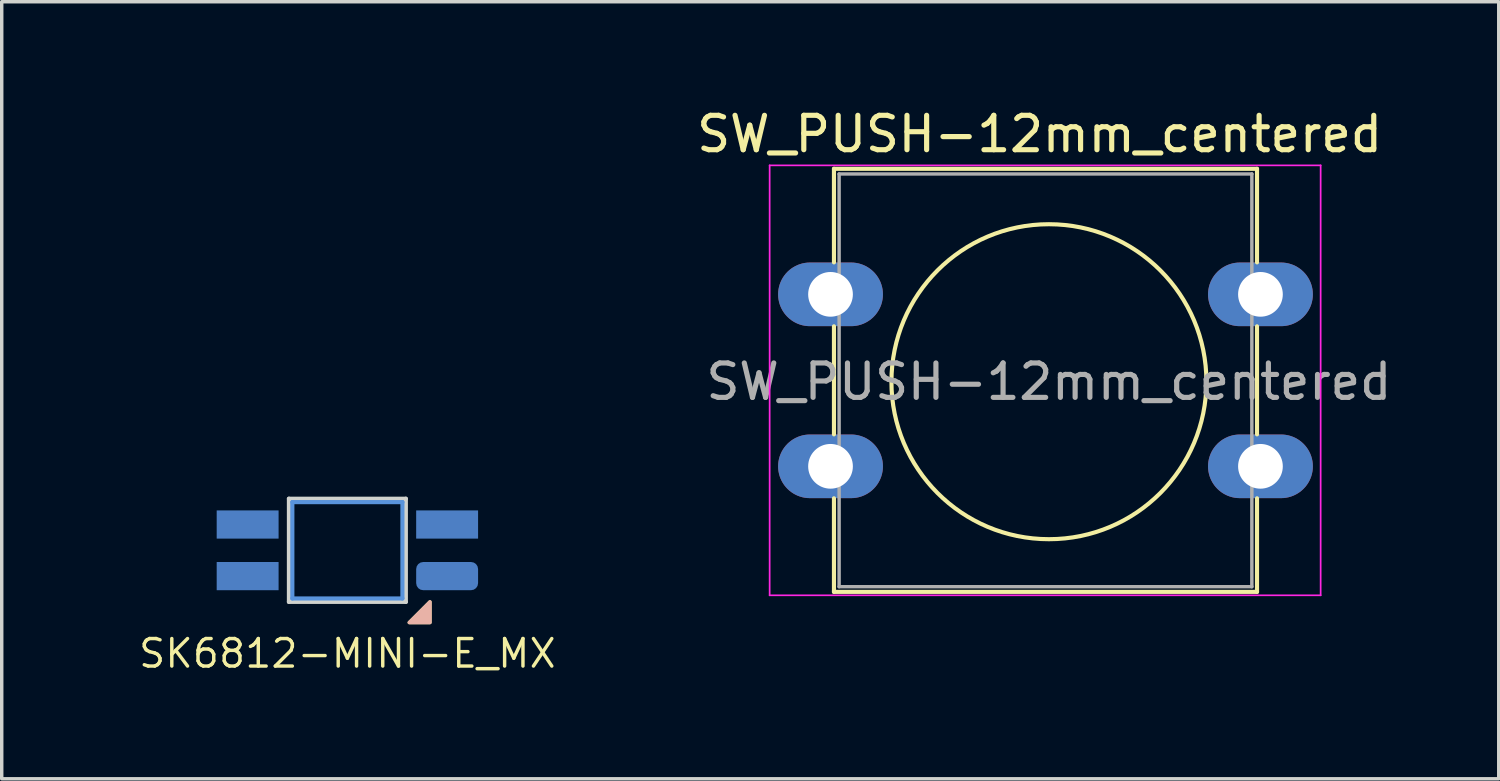
<source format=kicad_pcb>
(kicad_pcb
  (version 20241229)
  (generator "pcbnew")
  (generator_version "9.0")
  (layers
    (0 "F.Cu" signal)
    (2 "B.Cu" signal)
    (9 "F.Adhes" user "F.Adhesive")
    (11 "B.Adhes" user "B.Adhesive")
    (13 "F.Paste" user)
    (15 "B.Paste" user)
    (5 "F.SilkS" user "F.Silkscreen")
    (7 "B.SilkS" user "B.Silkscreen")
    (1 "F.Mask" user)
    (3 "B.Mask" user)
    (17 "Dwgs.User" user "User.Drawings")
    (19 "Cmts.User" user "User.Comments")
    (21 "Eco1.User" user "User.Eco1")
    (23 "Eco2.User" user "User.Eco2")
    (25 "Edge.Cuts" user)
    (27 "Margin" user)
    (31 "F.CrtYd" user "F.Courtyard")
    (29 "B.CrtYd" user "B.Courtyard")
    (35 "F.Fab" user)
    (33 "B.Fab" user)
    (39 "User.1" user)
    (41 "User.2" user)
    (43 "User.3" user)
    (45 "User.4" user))
  (footprint "SW_PUSH-12mm_centered"
    (layer "F.Cu")
    (at 27.447 8.048)
    (property "Reference" "SW_PUSH-12mm_centered" (at -0.27 -7.2 0) (layer "F.SilkS") (effects (font (size 1 1) (thickness 0.15))))
    (attr through_hole)
    (fp_line (start -6.25 -6.19) (end 6.05 -6.19) (stroke (width 0.12) (type solid)) (layer "F.SilkS"))
    (fp_line (start -6.25 -3.47) (end -6.25 -6.19) (stroke (width 0.12) (type solid)) (layer "F.SilkS"))
    (fp_line (start -6.25 1.53) (end -6.25 -1.61) (stroke (width 0.12) (type solid)) (layer "F.SilkS"))
    (fp_line (start -6.25 6.11) (end -6.25 3.39) (stroke (width 0.12) (type solid)) (layer "F.SilkS"))
    (fp_line (start 6.05 -6.19) (end 6.05 -3.47) (stroke (width 0.12) (type solid)) (layer "F.SilkS"))
    (fp_line (start 6.05 -1.61) (end 6.05 1.53) (stroke (width 0.12) (type solid)) (layer "F.SilkS"))
    (fp_line (start 6.05 3.39) (end 6.05 6.11) (stroke (width 0.12) (type solid)) (layer "F.SilkS"))
    (fp_line (start 6.05 6.11) (end -6.25 6.11) (stroke (width 0.12) (type solid)) (layer "F.SilkS"))
    (fp_circle (center 0 0) (end 3.81 2.54) (stroke (width 0.12) (type solid)) (fill no) (layer "F.SilkS"))
    (fp_line (start -8.12 -6.29) (end -8.12 6.21) (stroke (width 0.05) (type solid)) (layer "F.CrtYd"))
    (fp_line (start -8.12 -6.29) (end 7.9 -6.29) (stroke (width 0.05) (type solid)) (layer "F.CrtYd"))
    (fp_line (start 7.9 6.21) (end -8.12 6.21) (stroke (width 0.05) (type solid)) (layer "F.CrtYd"))
    (fp_line (start 7.9 6.21) (end 7.9 -6.29) (stroke (width 0.05) (type solid)) (layer "F.CrtYd"))
    (fp_line (start -6.1 -6.04) (end -6.1 5.96) (stroke (width 0.1) (type solid)) (layer "F.Fab"))
    (fp_line (start -6.1 -6.04) (end 5.9 -6.04) (stroke (width 0.1) (type solid)) (layer "F.Fab"))
    (fp_line (start -6.1 5.96) (end 5.9 5.96) (stroke (width 0.1) (type solid)) (layer "F.Fab"))
    (fp_line (start 5.9 -6.04) (end 5.9 5.96) (stroke (width 0.1) (type solid)) (layer "F.Fab"))
    (fp_text user "${REFERENCE}" (at 0 0 0) (layer "F.Fab") (effects (font (size 1 1) (thickness 0.15))))
    (pad "1" thru_hole oval (at -6.35 -2.54) (size 3.048 1.85) (drill 1.3) (layers "*.Cu" "*.Mask"))
    (pad "1" thru_hole oval (at 6.15 -2.54) (size 3.048 1.85) (drill 1.3) (layers "*.Cu" "*.Mask"))
    (pad "2" thru_hole oval (at -6.35 2.46) (size 3.048 1.85) (drill 1.3) (layers "*.Cu" "*.Mask"))
    (pad "2" thru_hole oval (at 6.15 2.46) (size 3.048 1.85) (drill 1.3) (layers "*.Cu" "*.Mask")))
  (footprint "SK6812-MINI-E_MX"
    (layer "F.Cu")
    (at 7.05 7.05)
    (property "Reference" "SK6812-MINI-E_MX" (at 0 8.9 0) (unlocked yes) (layer "F.SilkS") (effects (font (size 0.8 0.8) (thickness 0.1))))
    (attr through_hole)
    (fp_poly (pts (xy 2.4 7.4) (xy 2.4 8) (xy 1.8 8)) (stroke (width 0.1) (type solid)) (fill yes) (layer "F.SilkS"))
    (fp_poly (pts (xy 2.4 7.4) (xy 2.4 8) (xy 1.8 8)) (stroke (width 0.1) (type solid)) (fill yes) (layer "B.SilkS"))
    (fp_line (start -1.6 4.5) (end -1.6 7.3) (stroke (width 0.12) (type solid)) (layer "Cmts.User"))
    (fp_line (start -1.6 7.3) (end 1.6 7.3) (stroke (width 0.12) (type solid)) (layer "Cmts.User"))
    (fp_line (start 1.6 4.5) (end -1.6 4.5) (stroke (width 0.12) (type solid)) (layer "Cmts.User"))
    (fp_line (start 1.6 7.3) (end 1.6 4.5) (stroke (width 0.12) (type solid)) (layer "Cmts.User"))
    (fp_line (start -1.7 4.4) (end -1.7 7.4) (stroke (width 0.12) (type solid)) (layer "Edge.Cuts"))
    (fp_line (start -1.7 7.4) (end 1.7 7.4) (stroke (width 0.12) (type solid)) (layer "Edge.Cuts"))
    (fp_line (start 1.7 4.4) (end -1.7 4.4) (stroke (width 0.12) (type solid)) (layer "Edge.Cuts"))
    (fp_line (start 1.7 7.4) (end 1.7 4.4) (stroke (width 0.12) (type solid)) (layer "Edge.Cuts"))
    (fp_rect (start -7 -7) (end 7 7) (stroke (width 0.1) (type default)) (fill no) (layer "User.1"))
    (pad "1" smd rect (at -2.9 5.15 180) (size 1.8 0.82) (layers "B.Cu" "B.Mask" "B.Paste"))
    (pad "2" smd rect (at -2.9 6.65 180) (size 1.8 0.82) (layers "B.Cu" "B.Mask" "B.Paste"))
    (pad "3" smd roundrect (at 2.9 6.65 180) (size 1.8 0.82) (layers "B.Cu" "B.Mask" "B.Paste") (roundrect_rratio 0.25))
    (pad "4" smd rect (at 2.9 5.15 180) (size 1.8 0.82) (layers "B.Cu" "B.Mask" "B.Paste")))
  (gr_rect
    (start -3 -3)
    (end 40.525 19.593)
    (stroke (width 0.1) (type default))
    (fill no)
    (layer "Edge.Cuts")))
</source>
